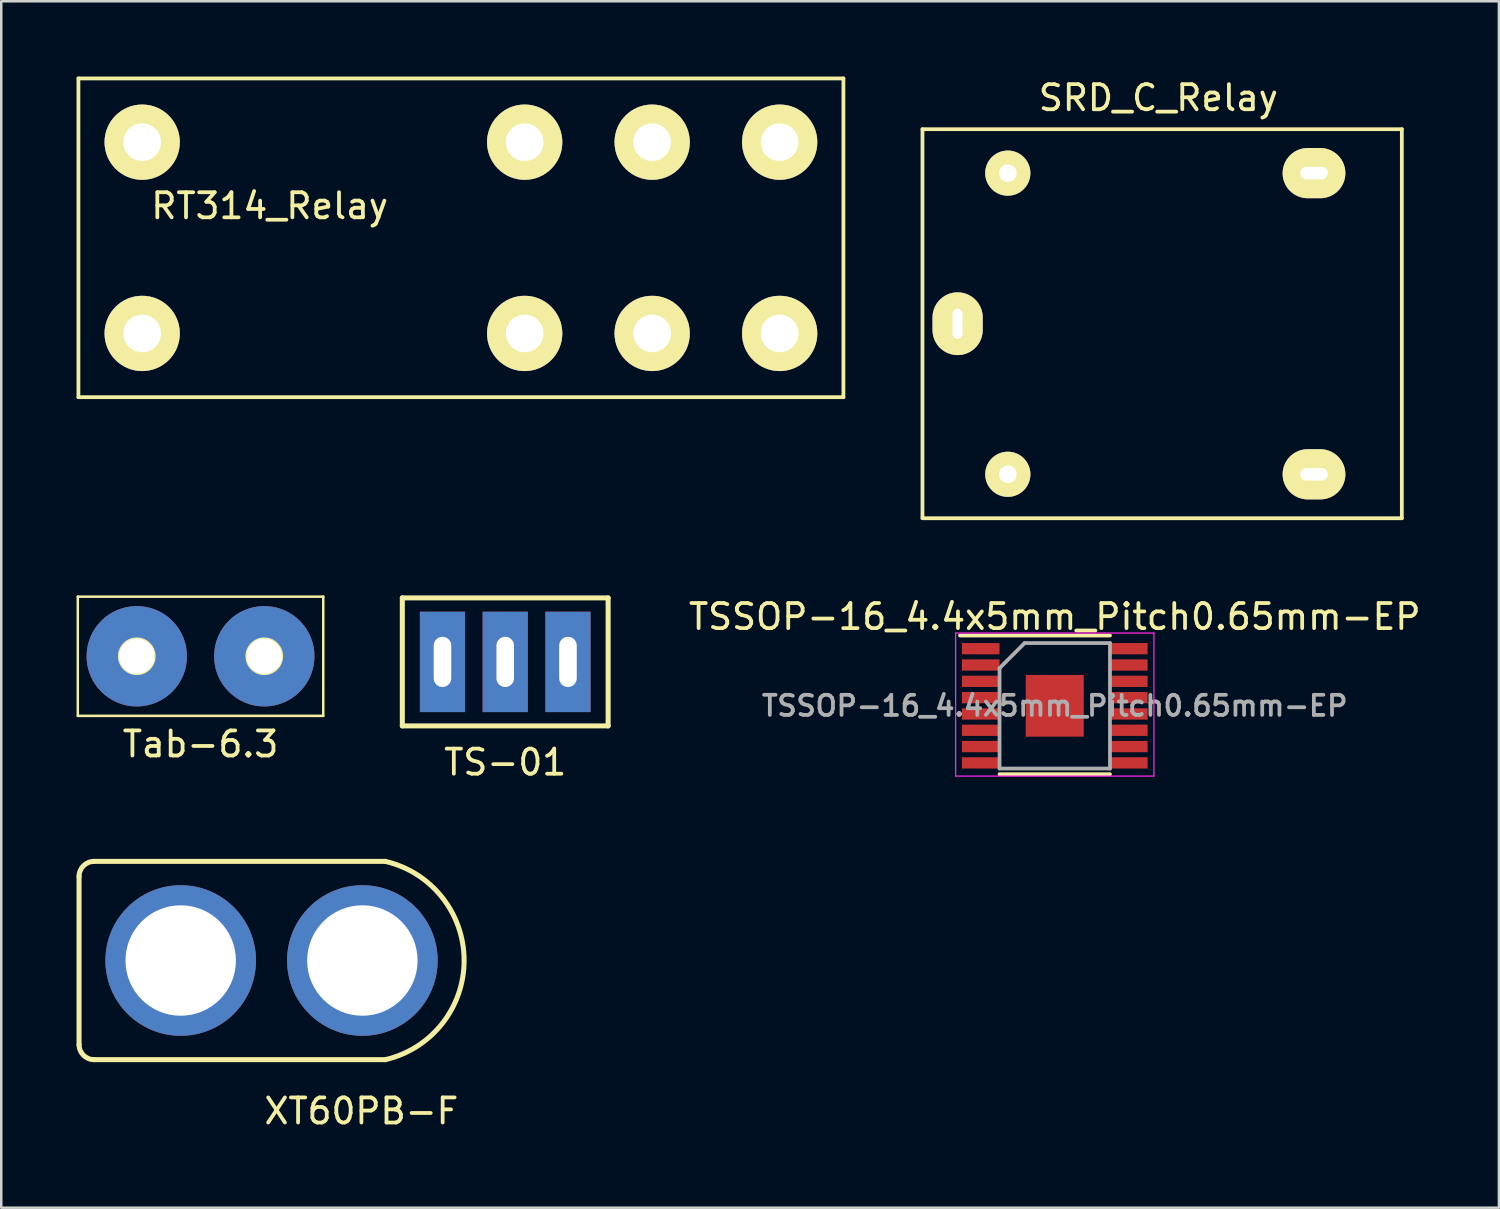
<source format=kicad_pcb>
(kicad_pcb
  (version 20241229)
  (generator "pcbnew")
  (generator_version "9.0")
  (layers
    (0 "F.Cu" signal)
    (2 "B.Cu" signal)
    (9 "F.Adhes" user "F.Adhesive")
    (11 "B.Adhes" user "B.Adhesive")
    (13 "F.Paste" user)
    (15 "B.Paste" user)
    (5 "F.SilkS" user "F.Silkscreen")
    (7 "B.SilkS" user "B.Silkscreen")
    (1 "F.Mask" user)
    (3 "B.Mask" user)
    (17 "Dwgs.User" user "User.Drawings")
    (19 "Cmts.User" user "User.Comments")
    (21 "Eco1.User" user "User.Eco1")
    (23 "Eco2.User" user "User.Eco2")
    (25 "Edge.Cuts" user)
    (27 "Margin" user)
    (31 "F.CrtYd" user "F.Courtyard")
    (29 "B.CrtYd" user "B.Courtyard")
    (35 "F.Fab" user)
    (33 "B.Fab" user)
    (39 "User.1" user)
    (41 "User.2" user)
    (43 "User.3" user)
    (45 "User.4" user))
  (footprint "Tab-6.3"
    (layer "F.Cu")
    (at 4.94 23.098)
    (property "Reference" "Tab-6.3" (at 0 3.5 0) (layer "F.SilkS") (effects (font (size 1 1) (thickness 0.15))))
    (attr through_hole)
    (fp_line (start -4.89 2.375) (end -4.89 -2.375) (stroke (width 0.1) (type solid)) (layer "F.SilkS"))
    (fp_line (start 4.89 -2.375) (end -4.89 -2.375) (stroke (width 0.1) (type solid)) (layer "F.SilkS"))
    (fp_line (start 4.89 2.375) (end -4.89 2.375) (stroke (width 0.1) (type solid)) (layer "F.SilkS"))
    (fp_line (start 4.89 2.375) (end 4.89 -2.375) (stroke (width 0.1) (type solid)) (layer "F.SilkS"))
    (fp_circle (center -2.54 0) (end -1.84 0) (stroke (width 0.1) (type solid)) (fill no) (layer "F.SilkS"))
    (fp_circle (center 2.54 0) (end 3.24 0) (stroke (width 0.1) (type solid)) (fill no) (layer "F.SilkS"))
    (pad "1" thru_hole circle (at -2.54 0) (size 4 4) (drill 1.4) (layers "*.Cu" "*.Mask"))
    (pad "1" thru_hole circle (at 2.54 0) (size 4 4) (drill 1.4) (layers "*.Cu" "*.Mask")))
  (footprint "RT314_Relay"
    (layer "F.Cu")
    (at 2.615 10.235)
    (property "Reference" "RT314_Relay" (at 5.08 -5.08 0) (layer "F.SilkS") (effects (font (size 1 1) (thickness 0.15))))
    (attr through_hole)
    (fp_line (start -2.54 -10.16) (end 27.94 -10.16) (stroke (width 0.15) (type solid)) (layer "F.SilkS"))
    (fp_line (start -2.54 2.54) (end -2.54 -10.16) (stroke (width 0.15) (type solid)) (layer "F.SilkS"))
    (fp_line (start -2.54 2.54) (end 27.94 2.54) (stroke (width 0.15) (type solid)) (layer "F.SilkS"))
    (fp_line (start 27.94 -10.16) (end 27.94 2.54) (stroke (width 0.15) (type solid)) (layer "F.SilkS"))
    (pad "1" thru_hole circle (at 0 0) (size 3 3) (drill 1.5) (layers "*.Cu" "*.Mask" "F.SilkS"))
    (pad "2" thru_hole circle (at 0 -7.62) (size 3 3) (drill 1.5) (layers "*.Cu" "*.Mask" "F.SilkS"))
    (pad "11" thru_hole circle (at 20.32 0) (size 3 3) (drill 1.5) (layers "*.Cu" "*.Mask" "F.SilkS"))
    (pad "12" thru_hole circle (at 15.24 0) (size 3 3) (drill 1.5) (layers "*.Cu" "*.Mask" "F.SilkS"))
    (pad "14" thru_hole circle (at 25.4 0) (size 3 3) (drill 1.5) (layers "*.Cu" "*.Mask" "F.SilkS"))
    (pad "21" thru_hole circle (at 20.32 -7.62) (size 3 3) (drill 1.5) (layers "*.Cu" "*.Mask" "F.SilkS"))
    (pad "22" thru_hole circle (at 15.24 -7.62) (size 3 3) (drill 1.5) (layers "*.Cu" "*.Mask" "F.SilkS"))
    (pad "24" thru_hole circle (at 25.4 -7.62) (size 3 3) (drill 1.5) (layers "*.Cu" "*.Mask" "F.SilkS")))
  (footprint "TS-01"
    (layer "F.Cu")
    (at 17.08 23.323)
    (property "Reference" "TS-01" (at 0 4 0) (layer "F.SilkS") (effects (font (size 1 1) (thickness 0.15))))
    (attr through_hole)
    (fp_line (start -4.1 -2.55) (end 4.1 -2.55) (stroke (width 0.2) (type solid)) (layer "F.SilkS"))
    (fp_line (start -4.1 2.55) (end -4.1 -2.55) (stroke (width 0.2) (type solid)) (layer "F.SilkS"))
    (fp_line (start -4.1 2.55) (end 4.1 2.55) (stroke (width 0.2) (type solid)) (layer "F.SilkS"))
    (fp_line (start 4.1 2.55) (end 4.1 -2.55) (stroke (width 0.2) (type solid)) (layer "F.SilkS"))
    (pad "1" thru_hole rect (at -2.5 0) (size 1.8 4) (drill oval 0.7 2) (layers "*.Cu" "*.Mask"))
    (pad "2" thru_hole rect (at 0 0) (size 1.8 4) (drill oval 0.7 2) (layers "*.Cu" "*.Mask"))
    (pad "3" thru_hole rect (at 2.5 0) (size 1.8 4) (drill oval 0.7 2) (layers "*.Cu" "*.Mask")))
  (footprint "SRD_C_Relay"
    (layer "F.Cu")
    (at 35.105 9.848)
    (property "Reference" "SRD_C_Relay" (at 8 -9 0) (layer "F.SilkS") (effects (font (size 1 1) (thickness 0.15))))
    (attr through_hole)
    (fp_line (start -1.4 -7.75) (end 17.7 -7.75) (stroke (width 0.15) (type solid)) (layer "F.SilkS"))
    (fp_line (start -1.4 7.75) (end -1.4 -7.75) (stroke (width 0.15) (type solid)) (layer "F.SilkS"))
    (fp_line (start -1.4 7.75) (end 17.7 7.75) (stroke (width 0.15) (type solid)) (layer "F.SilkS"))
    (fp_line (start 17.7 -7.75) (end 17.7 7.75) (stroke (width 0.15) (type solid)) (layer "F.SilkS"))
    (pad "1" thru_hole circle (at 2 6) (size 1.8 1.8) (drill 0.7) (layers "*.Cu" "*.Mask" "F.SilkS"))
    (pad "2" thru_hole oval (at 14.2 6) (size 2.5 2) (drill oval 1.1 0.5) (layers "*.Cu" "*.Mask" "F.SilkS"))
    (pad "3" thru_hole oval (at 14.2 -6) (size 2.5 2) (drill oval 1.1 0.5) (layers "*.Cu" "*.Mask" "F.SilkS"))
    (pad "4" thru_hole circle (at 2 -6) (size 1.8 1.8) (drill 0.7) (layers "*.Cu" "*.Mask" "F.SilkS"))
    (pad "5" thru_hole oval (at 0 0) (size 2 2.5) (drill oval 0.4 1.2) (layers "*.Cu" "*.Mask" "F.SilkS")))
  (footprint "TSSOP-16_4.4x5mm_Pitch0.65mm-EP"
    (layer "F.Cu")
    (at 38.976 25.072)
    (property "Reference" "TSSOP-16_4.4x5mm_Pitch0.65mm-EP" (at 0 -3.55 0) (layer "F.SilkS") (effects (font (size 1 1) (thickness 0.15))))
    (attr smd)
    (fp_line (start -3.775 -2.8) (end 2.2 -2.8) (stroke (width 0.15) (type solid)) (layer "F.SilkS"))
    (fp_line (start -2.2 2.725) (end 2.2 2.725) (stroke (width 0.15) (type solid)) (layer "F.SilkS"))
    (fp_line (start -3.95 -2.9) (end -3.95 2.8) (stroke (width 0.05) (type solid)) (layer "F.CrtYd"))
    (fp_line (start -3.95 -2.9) (end 3.95 -2.9) (stroke (width 0.05) (type solid)) (layer "F.CrtYd"))
    (fp_line (start -3.95 2.8) (end 3.95 2.8) (stroke (width 0.05) (type solid)) (layer "F.CrtYd"))
    (fp_line (start 3.95 -2.9) (end 3.95 2.8) (stroke (width 0.05) (type solid)) (layer "F.CrtYd"))
    (fp_line (start -2.2 -1.5) (end -1.2 -2.5) (stroke (width 0.15) (type solid)) (layer "F.Fab"))
    (fp_line (start -2.2 2.5) (end -2.2 -1.5) (stroke (width 0.15) (type solid)) (layer "F.Fab"))
    (fp_line (start -1.2 -2.5) (end 2.2 -2.5) (stroke (width 0.15) (type solid)) (layer "F.Fab"))
    (fp_line (start 2.2 -2.5) (end 2.2 2.5) (stroke (width 0.15) (type solid)) (layer "F.Fab"))
    (fp_line (start 2.2 2.5) (end -2.2 2.5) (stroke (width 0.15) (type solid)) (layer "F.Fab"))
    (fp_text user "${REFERENCE}" (at 0 0 0) (layer "F.Fab") (effects (font (size 0.8 0.8) (thickness 0.15))))
    (pad "1" smd rect (at -2.95 -2.275) (size 1.5 0.45) (layers "F.Cu" "F.Mask" "F.Paste"))
    (pad "2" smd rect (at -2.95 -1.625) (size 1.5 0.45) (layers "F.Cu" "F.Mask" "F.Paste"))
    (pad "3" smd rect (at -2.95 -0.975) (size 1.5 0.45) (layers "F.Cu" "F.Mask" "F.Paste"))
    (pad "4" smd rect (at -2.95 -0.325) (size 1.5 0.45) (layers "F.Cu" "F.Mask" "F.Paste"))
    (pad "5" smd rect (at -2.95 0.325) (size 1.5 0.45) (layers "F.Cu" "F.Mask" "F.Paste"))
    (pad "6" smd rect (at -2.95 0.975) (size 1.5 0.45) (layers "F.Cu" "F.Mask" "F.Paste"))
    (pad "7" smd rect (at -2.95 1.625) (size 1.5 0.45) (layers "F.Cu" "F.Mask" "F.Paste"))
    (pad "8" smd rect (at -2.95 2.275) (size 1.5 0.45) (layers "F.Cu" "F.Mask" "F.Paste"))
    (pad "9" smd rect (at 2.95 2.275) (size 1.5 0.45) (layers "F.Cu" "F.Mask" "F.Paste"))
    (pad "10" smd rect (at 2.95 1.625) (size 1.5 0.45) (layers "F.Cu" "F.Mask" "F.Paste"))
    (pad "11" smd rect (at 2.95 0.975) (size 1.5 0.45) (layers "F.Cu" "F.Mask" "F.Paste"))
    (pad "12" smd rect (at 2.95 0.325) (size 1.5 0.45) (layers "F.Cu" "F.Mask" "F.Paste"))
    (pad "13" smd rect (at 2.95 -0.325) (size 1.5 0.45) (layers "F.Cu" "F.Mask" "F.Paste"))
    (pad "14" smd rect (at 2.95 -0.975) (size 1.5 0.45) (layers "F.Cu" "F.Mask" "F.Paste"))
    (pad "15" smd rect (at 2.95 -1.625) (size 1.5 0.45) (layers "F.Cu" "F.Mask" "F.Paste"))
    (pad "16" smd rect (at 2.95 -2.275) (size 1.5 0.45) (layers "F.Cu" "F.Mask" "F.Paste"))
    (pad "17" smd rect (at 0 0) (size 2.31 2.46) (layers "F.Cu" "F.Mask" "F.Paste")))
  (footprint "XT60PB-F"
    (layer "F.Cu")
    (at 11.35 35.221)
    (property "Reference" "XT60PB-F" (at 0 6 0) (layer "F.SilkS") (effects (font (size 1 1) (thickness 0.15))))
    (attr through_hole)
    (fp_line (start -11.25 -3.35) (end -11.25 3.35) (stroke (width 0.2) (type solid)) (layer "F.SilkS"))
    (fp_line (start -10.65 -3.95) (end 0.953 -3.95) (stroke (width 0.2) (type solid)) (layer "F.SilkS"))
    (fp_line (start 0.953 3.95) (end -10.65 3.95) (stroke (width 0.2) (type solid)) (layer "F.SilkS"))
    (fp_arc (start -11.25 -3.35) (mid -11.074264 -3.774264) (end -10.65 -3.95) (stroke (width 0.2) (type solid)) (layer "F.SilkS"))
    (fp_arc (start -10.65 3.95) (mid -11.074264 3.774264) (end -11.25 3.35) (stroke (width 0.2) (type solid)) (layer "F.SilkS"))
    (fp_arc (start 0.953404 -3.95) (mid 4.092377 0) (end 0.953405 3.95) (stroke (width 0.2) (type solid)) (layer "F.SilkS"))
    (pad "1" thru_hole circle (at 0.038 0) (size 6 6) (drill 4.4) (layers "*.Cu" "*.Mask"))
    (pad "2" thru_hole circle (at -7.2 0) (size 6 6) (drill 4.4) (layers "*.Cu" "*.Mask")))
  (gr_rect
    (start -3 -3)
    (end 56.673 45.07)
    (stroke (width 0.1) (type default))
    (fill no)
    (layer "Edge.Cuts")))
</source>
